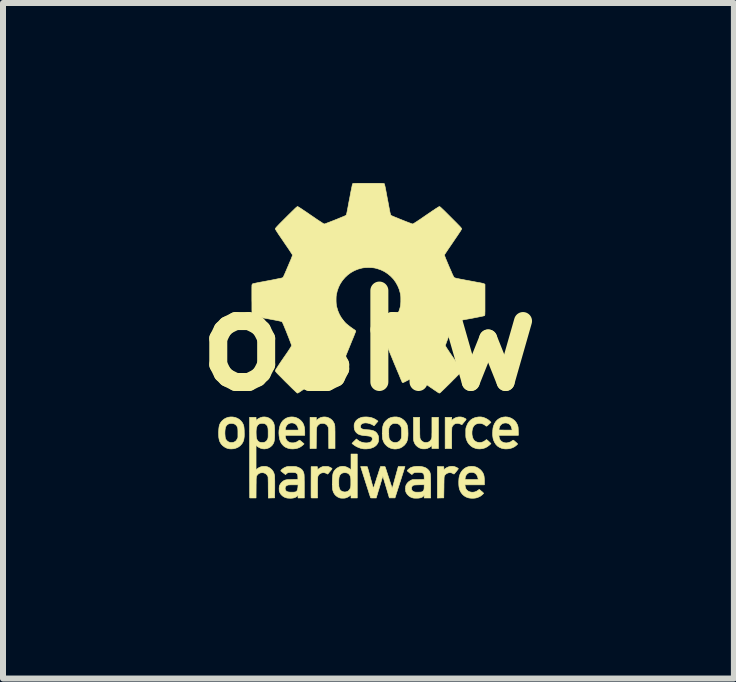
<source format=kicad_pcb>
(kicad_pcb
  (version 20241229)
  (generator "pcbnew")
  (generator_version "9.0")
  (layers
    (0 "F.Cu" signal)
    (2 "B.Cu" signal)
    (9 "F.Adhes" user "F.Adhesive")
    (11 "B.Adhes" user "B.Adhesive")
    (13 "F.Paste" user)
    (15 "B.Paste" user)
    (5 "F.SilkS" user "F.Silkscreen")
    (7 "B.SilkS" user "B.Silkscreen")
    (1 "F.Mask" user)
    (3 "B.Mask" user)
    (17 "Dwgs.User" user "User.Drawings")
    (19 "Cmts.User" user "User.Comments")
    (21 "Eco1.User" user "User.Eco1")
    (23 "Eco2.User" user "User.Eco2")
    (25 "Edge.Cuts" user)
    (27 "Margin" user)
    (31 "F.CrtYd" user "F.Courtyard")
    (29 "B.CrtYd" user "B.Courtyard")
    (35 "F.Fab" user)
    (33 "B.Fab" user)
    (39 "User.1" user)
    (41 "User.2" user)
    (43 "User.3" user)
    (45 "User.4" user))
  (footprint "oshw"
    (layer "F.Cu")
    (at 3.092 2.628)
    (property "Reference" "oshw" (at 0 0 0) (layer "F.SilkS") (effects (font (size 1.524 1.524) (thickness 0.3))))
    (attr through_hole)
    (fp_poly (pts (xy 1.55 1.274) (xy 1.57 1.279) (xy 1.592 1.288) (xy 1.611 1.297) (xy 1.625 1.306) (xy 1.625 1.306) (xy 1.627 1.309) (xy 1.627 1.313) (xy 1.625 1.319) (xy 1.619 1.327) (xy 1.608 1.34) (xy 1.594 1.357) (xy 1.557 1.402) (xy 1.533 1.39) (xy 1.507 1.381) (xy 1.48 1.378) (xy 1.454 1.382) (xy 1.443 1.386) (xy 1.425 1.397) (xy 1.409 1.414) (xy 1.396 1.433) (xy 1.391 1.444) (xy 1.39 1.453) (xy 1.389 1.468) (xy 1.388 1.491) (xy 1.387 1.521) (xy 1.387 1.558) (xy 1.387 1.604) (xy 1.387 1.63) (xy 1.387 1.799) (xy 1.278 1.799) (xy 1.278 1.278) (xy 1.387 1.278) (xy 1.387 1.331) (xy 1.404 1.315) (xy 1.431 1.295) (xy 1.463 1.281) (xy 1.497 1.273) (xy 1.531 1.272) (xy 1.55 1.274)) (stroke (width 0.01) (type solid)) (fill yes) (layer "F.SilkS"))
    (fp_poly (pts (xy 1.438 2.101) (xy 1.469 2.114) (xy 1.474 2.116) (xy 1.486 2.124) (xy 1.495 2.131) (xy 1.498 2.134) (xy 1.496 2.139) (xy 1.489 2.148) (xy 1.48 2.16) (xy 1.469 2.174) (xy 1.457 2.189) (xy 1.445 2.203) (xy 1.435 2.214) (xy 1.428 2.222) (xy 1.425 2.224) (xy 1.421 2.222) (xy 1.412 2.217) (xy 1.406 2.214) (xy 1.381 2.203) (xy 1.356 2.2) (xy 1.335 2.203) (xy 1.309 2.212) (xy 1.287 2.227) (xy 1.271 2.246) (xy 1.269 2.25) (xy 1.267 2.254) (xy 1.265 2.259) (xy 1.263 2.264) (xy 1.262 2.271) (xy 1.261 2.281) (xy 1.26 2.294) (xy 1.26 2.312) (xy 1.259 2.334) (xy 1.259 2.362) (xy 1.258 2.397) (xy 1.258 2.439) (xy 1.258 2.444) (xy 1.255 2.621) (xy 1.202 2.622) (xy 1.149 2.624) (xy 1.149 2.098) (xy 1.202 2.1) (xy 1.255 2.101) (xy 1.258 2.153) (xy 1.279 2.134) (xy 1.306 2.116) (xy 1.337 2.103) (xy 1.37 2.096) (xy 1.405 2.095) (xy 1.438 2.101)) (stroke (width 0.01) (type solid)) (fill yes) (layer "F.SilkS"))
    (fp_poly (pts (xy -0.691 1.277) (xy -0.659 1.289) (xy -0.63 1.306) (xy -0.604 1.328) (xy -0.584 1.356) (xy -0.568 1.388) (xy -0.564 1.401) (xy -0.563 1.408) (xy -0.562 1.417) (xy -0.56 1.429) (xy -0.56 1.444) (xy -0.559 1.464) (xy -0.559 1.488) (xy -0.558 1.518) (xy -0.558 1.555) (xy -0.558 1.599) (xy -0.558 1.612) (xy -0.558 1.799) (xy -0.662 1.799) (xy -0.663 1.627) (xy -0.663 1.585) (xy -0.664 1.55) (xy -0.664 1.521) (xy -0.664 1.499) (xy -0.665 1.481) (xy -0.666 1.468) (xy -0.667 1.458) (xy -0.668 1.451) (xy -0.67 1.445) (xy -0.672 1.44) (xy -0.673 1.437) (xy -0.689 1.412) (xy -0.709 1.394) (xy -0.734 1.382) (xy -0.762 1.378) (xy -0.788 1.38) (xy -0.808 1.385) (xy -0.825 1.396) (xy -0.837 1.407) (xy -0.844 1.414) (xy -0.85 1.421) (xy -0.855 1.428) (xy -0.859 1.437) (xy -0.862 1.447) (xy -0.864 1.46) (xy -0.866 1.476) (xy -0.867 1.497) (xy -0.868 1.524) (xy -0.868 1.556) (xy -0.869 1.595) (xy -0.869 1.629) (xy -0.871 1.799) (xy -0.974 1.799) (xy -0.974 1.278) (xy -0.87 1.278) (xy -0.87 1.334) (xy -0.851 1.316) (xy -0.822 1.294) (xy -0.791 1.28) (xy -0.757 1.273) (xy -0.724 1.272) (xy -0.691 1.277)) (stroke (width 0.01) (type solid)) (fill yes) (layer "F.SilkS"))
    (fp_poly (pts (xy 0.854 1.45) (xy 0.855 1.493) (xy 0.855 1.527) (xy 0.855 1.556) (xy 0.856 1.578) (xy 0.857 1.596) (xy 0.857 1.609) (xy 0.858 1.619) (xy 0.86 1.626) (xy 0.861 1.632) (xy 0.863 1.637) (xy 0.865 1.641) (xy 0.88 1.665) (xy 0.901 1.683) (xy 0.927 1.695) (xy 0.955 1.699) (xy 0.957 1.699) (xy 0.986 1.695) (xy 1.011 1.685) (xy 1.032 1.667) (xy 1.047 1.644) (xy 1.048 1.643) (xy 1.05 1.638) (xy 1.052 1.633) (xy 1.054 1.627) (xy 1.055 1.619) (xy 1.056 1.61) (xy 1.057 1.597) (xy 1.057 1.58) (xy 1.057 1.558) (xy 1.058 1.531) (xy 1.058 1.497) (xy 1.058 1.456) (xy 1.058 1.45) (xy 1.058 1.278) (xy 1.166 1.278) (xy 1.166 1.799) (xy 1.058 1.799) (xy 1.058 1.747) (xy 1.046 1.758) (xy 1.016 1.78) (xy 0.982 1.796) (xy 0.946 1.804) (xy 0.909 1.804) (xy 0.888 1.801) (xy 0.852 1.789) (xy 0.82 1.77) (xy 0.793 1.746) (xy 0.772 1.716) (xy 0.758 1.683) (xy 0.756 1.676) (xy 0.754 1.669) (xy 0.753 1.661) (xy 0.752 1.651) (xy 0.751 1.638) (xy 0.75 1.621) (xy 0.75 1.6) (xy 0.75 1.574) (xy 0.75 1.541) (xy 0.75 1.502) (xy 0.75 1.467) (xy 0.75 1.278) (xy 0.853 1.278) (xy 0.854 1.45)) (stroke (width 0.01) (type solid)) (fill yes) (layer "F.SilkS"))
    (fp_poly (pts (xy -0.696 2.097) (xy -0.681 2.098) (xy -0.67 2.1) (xy -0.659 2.103) (xy -0.646 2.109) (xy -0.645 2.11) (xy -0.631 2.117) (xy -0.618 2.124) (xy -0.611 2.128) (xy -0.611 2.128) (xy -0.609 2.13) (xy -0.608 2.133) (xy -0.608 2.136) (xy -0.611 2.142) (xy -0.617 2.15) (xy -0.626 2.162) (xy -0.64 2.178) (xy -0.658 2.199) (xy -0.669 2.213) (xy -0.679 2.225) (xy -0.701 2.213) (xy -0.727 2.203) (xy -0.754 2.2) (xy -0.781 2.205) (xy -0.805 2.216) (xy -0.819 2.227) (xy -0.826 2.234) (xy -0.832 2.241) (xy -0.837 2.248) (xy -0.841 2.257) (xy -0.844 2.268) (xy -0.846 2.282) (xy -0.847 2.3) (xy -0.848 2.322) (xy -0.849 2.35) (xy -0.849 2.384) (xy -0.849 2.425) (xy -0.849 2.453) (xy -0.849 2.623) (xy -0.902 2.623) (xy -0.925 2.623) (xy -0.942 2.622) (xy -0.952 2.621) (xy -0.956 2.618) (xy -0.956 2.618) (xy -0.956 2.613) (xy -0.956 2.601) (xy -0.957 2.581) (xy -0.957 2.555) (xy -0.957 2.524) (xy -0.957 2.489) (xy -0.957 2.449) (xy -0.957 2.406) (xy -0.957 2.361) (xy -0.957 2.357) (xy -0.956 2.101) (xy -0.852 2.101) (xy -0.85 2.127) (xy -0.849 2.153) (xy -0.832 2.138) (xy -0.819 2.128) (xy -0.802 2.118) (xy -0.787 2.11) (xy -0.774 2.104) (xy -0.763 2.1) (xy -0.752 2.098) (xy -0.737 2.097) (xy -0.717 2.097) (xy -0.716 2.097) (xy -0.696 2.097)) (stroke (width 0.01) (type solid)) (fill yes) (layer "F.SilkS"))
    (fp_poly (pts (xy 1.877 1.272) (xy 1.916 1.28) (xy 1.954 1.295) (xy 1.99 1.315) (xy 2.017 1.337) (xy 2.042 1.362) (xy 2.013 1.389) (xy 1.996 1.405) (xy 1.983 1.416) (xy 1.974 1.423) (xy 1.967 1.425) (xy 1.961 1.424) (xy 1.954 1.419) (xy 1.946 1.412) (xy 1.921 1.395) (xy 1.892 1.384) (xy 1.862 1.378) (xy 1.831 1.38) (xy 1.803 1.387) (xy 1.777 1.401) (xy 1.77 1.406) (xy 1.753 1.426) (xy 1.739 1.452) (xy 1.73 1.483) (xy 1.725 1.518) (xy 1.725 1.555) (xy 1.727 1.576) (xy 1.735 1.612) (xy 1.747 1.641) (xy 1.764 1.665) (xy 1.787 1.682) (xy 1.814 1.693) (xy 1.848 1.699) (xy 1.881 1.696) (xy 1.913 1.686) (xy 1.942 1.668) (xy 1.948 1.663) (xy 1.958 1.655) (xy 1.965 1.65) (xy 1.968 1.649) (xy 1.972 1.652) (xy 1.981 1.659) (xy 1.994 1.67) (xy 2.007 1.682) (xy 2.042 1.716) (xy 2.017 1.74) (xy 1.981 1.768) (xy 1.942 1.788) (xy 1.901 1.8) (xy 1.857 1.805) (xy 1.819 1.803) (xy 1.777 1.793) (xy 1.738 1.777) (xy 1.704 1.753) (xy 1.675 1.724) (xy 1.655 1.696) (xy 1.649 1.684) (xy 1.641 1.667) (xy 1.634 1.649) (xy 1.634 1.646) (xy 1.629 1.634) (xy 1.626 1.623) (xy 1.624 1.613) (xy 1.623 1.6) (xy 1.622 1.584) (xy 1.622 1.563) (xy 1.622 1.539) (xy 1.622 1.512) (xy 1.622 1.491) (xy 1.623 1.476) (xy 1.624 1.464) (xy 1.626 1.453) (xy 1.63 1.442) (xy 1.634 1.43) (xy 1.635 1.428) (xy 1.653 1.386) (xy 1.677 1.35) (xy 1.706 1.321) (xy 1.739 1.299) (xy 1.778 1.283) (xy 1.823 1.274) (xy 1.838 1.272) (xy 1.877 1.272)) (stroke (width 0.01) (type solid)) (fill yes) (layer "F.SilkS"))
    (fp_poly (pts (xy -1.253 1.273) (xy -1.215 1.28) (xy -1.179 1.295) (xy -1.146 1.316) (xy -1.126 1.334) (xy -1.104 1.359) (xy -1.087 1.387) (xy -1.075 1.418) (xy -1.067 1.453) (xy -1.063 1.493) (xy -1.062 1.525) (xy -1.062 1.578) (xy -1.387 1.578) (xy -1.387 1.592) (xy -1.383 1.615) (xy -1.375 1.639) (xy -1.363 1.66) (xy -1.357 1.667) (xy -1.335 1.686) (xy -1.309 1.698) (xy -1.281 1.704) (xy -1.25 1.704) (xy -1.219 1.698) (xy -1.189 1.685) (xy -1.168 1.671) (xy -1.157 1.663) (xy -1.15 1.66) (xy -1.145 1.66) (xy -1.142 1.662) (xy -1.135 1.668) (xy -1.125 1.677) (xy -1.111 1.688) (xy -1.106 1.693) (xy -1.092 1.704) (xy -1.082 1.713) (xy -1.076 1.718) (xy -1.074 1.719) (xy -1.075 1.723) (xy -1.082 1.73) (xy -1.092 1.739) (xy -1.105 1.75) (xy -1.119 1.761) (xy -1.133 1.77) (xy -1.144 1.777) (xy -1.179 1.792) (xy -1.218 1.801) (xy -1.259 1.805) (xy -1.3 1.803) (xy -1.301 1.803) (xy -1.344 1.793) (xy -1.382 1.777) (xy -1.414 1.755) (xy -1.441 1.726) (xy -1.463 1.691) (xy -1.478 1.651) (xy -1.482 1.636) (xy -1.49 1.588) (xy -1.493 1.54) (xy -1.491 1.492) (xy -1.49 1.491) (xy -1.388 1.491) (xy -1.17 1.491) (xy -1.17 1.479) (xy -1.173 1.459) (xy -1.18 1.438) (xy -1.191 1.418) (xy -1.198 1.407) (xy -1.22 1.388) (xy -1.245 1.376) (xy -1.273 1.371) (xy -1.303 1.374) (xy -1.309 1.376) (xy -1.336 1.388) (xy -1.357 1.406) (xy -1.373 1.43) (xy -1.383 1.458) (xy -1.385 1.469) (xy -1.388 1.491) (xy -1.49 1.491) (xy -1.483 1.447) (xy -1.471 1.406) (xy -1.454 1.371) (xy -1.45 1.363) (xy -1.425 1.332) (xy -1.396 1.308) (xy -1.363 1.289) (xy -1.327 1.277) (xy -1.29 1.272) (xy -1.253 1.273)) (stroke (width 0.01) (type solid)) (fill yes) (layer "F.SilkS"))
    (fp_poly (pts (xy -0.187 2.623) (xy -0.291 2.623) (xy -0.291 2.568) (xy -0.309 2.584) (xy -0.322 2.594) (xy -0.339 2.604) (xy -0.353 2.612) (xy -0.368 2.618) (xy -0.381 2.622) (xy -0.396 2.625) (xy -0.416 2.626) (xy -0.42 2.626) (xy -0.447 2.626) (xy -0.467 2.624) (xy -0.477 2.622) (xy -0.513 2.606) (xy -0.543 2.584) (xy -0.567 2.557) (xy -0.585 2.525) (xy -0.596 2.49) (xy -0.599 2.465) (xy -0.601 2.436) (xy -0.603 2.402) (xy -0.603 2.367) (xy -0.495 2.367) (xy -0.495 2.394) (xy -0.494 2.417) (xy -0.492 2.436) (xy -0.491 2.441) (xy -0.483 2.467) (xy -0.473 2.487) (xy -0.459 2.502) (xy -0.44 2.512) (xy -0.432 2.516) (xy -0.407 2.522) (xy -0.384 2.522) (xy -0.359 2.517) (xy -0.337 2.506) (xy -0.318 2.488) (xy -0.305 2.464) (xy -0.301 2.456) (xy -0.298 2.446) (xy -0.296 2.435) (xy -0.295 2.422) (xy -0.294 2.404) (xy -0.294 2.38) (xy -0.294 2.361) (xy -0.294 2.327) (xy -0.295 2.3) (xy -0.298 2.279) (xy -0.302 2.262) (xy -0.309 2.248) (xy -0.317 2.235) (xy -0.324 2.227) (xy -0.339 2.214) (xy -0.356 2.206) (xy -0.379 2.202) (xy -0.396 2.201) (xy -0.425 2.204) (xy -0.449 2.214) (xy -0.468 2.23) (xy -0.482 2.253) (xy -0.49 2.277) (xy -0.492 2.292) (xy -0.494 2.314) (xy -0.495 2.34) (xy -0.495 2.367) (xy -0.603 2.367) (xy -0.603 2.367) (xy -0.602 2.331) (xy -0.601 2.297) (xy -0.598 2.264) (xy -0.595 2.236) (xy -0.591 2.214) (xy -0.587 2.202) (xy -0.572 2.172) (xy -0.549 2.145) (xy -0.522 2.123) (xy -0.49 2.106) (xy -0.478 2.102) (xy -0.441 2.095) (xy -0.404 2.096) (xy -0.368 2.106) (xy -0.333 2.123) (xy -0.313 2.136) (xy -0.291 2.153) (xy -0.291 1.89) (xy -0.187 1.89) (xy -0.187 2.623)) (stroke (width 0.01) (type solid)) (fill yes) (layer "F.SilkS"))
    (fp_poly (pts (xy -2.26 1.273) (xy -2.223 1.28) (xy -2.188 1.293) (xy -2.155 1.312) (xy -2.127 1.337) (xy -2.103 1.367) (xy -2.097 1.378) (xy -2.089 1.394) (xy -2.083 1.41) (xy -2.078 1.427) (xy -2.075 1.446) (xy -2.073 1.47) (xy -2.071 1.5) (xy -2.071 1.518) (xy -2.07 1.562) (xy -2.071 1.599) (xy -2.075 1.631) (xy -2.08 1.658) (xy -2.089 1.682) (xy -2.1 1.704) (xy -2.114 1.725) (xy -2.115 1.725) (xy -2.141 1.753) (xy -2.173 1.776) (xy -2.209 1.792) (xy -2.247 1.802) (xy -2.288 1.805) (xy -2.32 1.803) (xy -2.36 1.793) (xy -2.396 1.775) (xy -2.429 1.751) (xy -2.455 1.723) (xy -2.469 1.7) (xy -2.481 1.676) (xy -2.489 1.648) (xy -2.495 1.616) (xy -2.497 1.579) (xy -2.498 1.552) (xy -2.393 1.552) (xy -2.391 1.58) (xy -2.389 1.606) (xy -2.385 1.627) (xy -2.38 1.641) (xy -2.363 1.665) (xy -2.34 1.684) (xy -2.315 1.695) (xy -2.299 1.698) (xy -2.28 1.698) (xy -2.26 1.697) (xy -2.248 1.694) (xy -2.225 1.683) (xy -2.206 1.668) (xy -2.192 1.646) (xy -2.189 1.641) (xy -2.176 1.614) (xy -2.176 1.541) (xy -2.176 1.51) (xy -2.177 1.486) (xy -2.178 1.467) (xy -2.181 1.453) (xy -2.186 1.44) (xy -2.192 1.428) (xy -2.199 1.417) (xy -2.216 1.4) (xy -2.237 1.388) (xy -2.262 1.381) (xy -2.288 1.379) (xy -2.314 1.382) (xy -2.337 1.391) (xy -2.356 1.404) (xy -2.369 1.419) (xy -2.378 1.434) (xy -2.385 1.453) (xy -2.389 1.478) (xy -2.391 1.495) (xy -2.393 1.523) (xy -2.393 1.552) (xy -2.498 1.552) (xy -2.498 1.535) (xy -2.497 1.514) (xy -2.495 1.473) (xy -2.491 1.44) (xy -2.485 1.412) (xy -2.476 1.388) (xy -2.464 1.367) (xy -2.449 1.346) (xy -2.435 1.332) (xy -2.405 1.307) (xy -2.371 1.289) (xy -2.335 1.277) (xy -2.298 1.272) (xy -2.26 1.273)) (stroke (width 0.01) (type solid)) (fill yes) (layer "F.SilkS"))
    (fp_poly (pts (xy 1.751 2.097) (xy 1.791 2.106) (xy 1.828 2.124) (xy 1.862 2.149) (xy 1.87 2.157) (xy 1.89 2.179) (xy 1.906 2.203) (xy 1.918 2.228) (xy 1.926 2.256) (xy 1.93 2.29) (xy 1.932 2.329) (xy 1.932 2.341) (xy 1.932 2.403) (xy 1.607 2.403) (xy 1.609 2.412) (xy 1.611 2.422) (xy 1.613 2.436) (xy 1.614 2.438) (xy 1.622 2.465) (xy 1.637 2.488) (xy 1.658 2.506) (xy 1.684 2.519) (xy 1.714 2.526) (xy 1.742 2.527) (xy 1.773 2.522) (xy 1.801 2.511) (xy 1.828 2.494) (xy 1.828 2.493) (xy 1.847 2.479) (xy 1.883 2.51) (xy 1.898 2.522) (xy 1.909 2.533) (xy 1.917 2.541) (xy 1.92 2.544) (xy 1.917 2.548) (xy 1.909 2.556) (xy 1.898 2.567) (xy 1.896 2.569) (xy 1.863 2.594) (xy 1.825 2.612) (xy 1.797 2.621) (xy 1.775 2.625) (xy 1.748 2.627) (xy 1.719 2.627) (xy 1.692 2.625) (xy 1.669 2.621) (xy 1.668 2.621) (xy 1.629 2.607) (xy 1.595 2.587) (xy 1.565 2.56) (xy 1.541 2.528) (xy 1.522 2.489) (xy 1.513 2.459) (xy 1.509 2.437) (xy 1.506 2.409) (xy 1.505 2.377) (xy 1.505 2.345) (xy 1.507 2.314) (xy 1.507 2.307) (xy 1.61 2.307) (xy 1.611 2.313) (xy 1.611 2.313) (xy 1.615 2.314) (xy 1.627 2.314) (xy 1.645 2.315) (xy 1.668 2.315) (xy 1.694 2.315) (xy 1.721 2.315) (xy 1.829 2.315) (xy 1.826 2.295) (xy 1.818 2.266) (xy 1.805 2.24) (xy 1.787 2.219) (xy 1.765 2.204) (xy 1.751 2.199) (xy 1.728 2.195) (xy 1.703 2.196) (xy 1.679 2.201) (xy 1.667 2.206) (xy 1.646 2.221) (xy 1.629 2.241) (xy 1.621 2.257) (xy 1.617 2.268) (xy 1.613 2.282) (xy 1.611 2.296) (xy 1.61 2.307) (xy 1.507 2.307) (xy 1.51 2.286) (xy 1.513 2.268) (xy 1.526 2.226) (xy 1.545 2.189) (xy 1.57 2.157) (xy 1.599 2.132) (xy 1.632 2.112) (xy 1.666 2.101) (xy 1.709 2.095) (xy 1.751 2.097)) (stroke (width 0.01) (type solid)) (fill yes) (layer "F.SilkS"))
    (fp_poly (pts (xy 2.32 1.274) (xy 2.357 1.284) (xy 2.392 1.3) (xy 2.424 1.323) (xy 2.44 1.337) (xy 2.462 1.365) (xy 2.48 1.398) (xy 2.487 1.415) (xy 2.49 1.426) (xy 2.493 1.438) (xy 2.495 1.453) (xy 2.496 1.473) (xy 2.497 1.499) (xy 2.497 1.508) (xy 2.499 1.578) (xy 2.173 1.578) (xy 2.176 1.6) (xy 2.183 1.632) (xy 2.197 1.659) (xy 2.217 1.68) (xy 2.242 1.694) (xy 2.272 1.703) (xy 2.304 1.705) (xy 2.337 1.699) (xy 2.369 1.687) (xy 2.397 1.668) (xy 2.398 1.668) (xy 2.409 1.66) (xy 2.416 1.66) (xy 2.416 1.66) (xy 2.425 1.666) (xy 2.436 1.675) (xy 2.449 1.687) (xy 2.462 1.698) (xy 2.474 1.709) (xy 2.482 1.717) (xy 2.486 1.722) (xy 2.486 1.722) (xy 2.483 1.728) (xy 2.474 1.736) (xy 2.462 1.747) (xy 2.448 1.758) (xy 2.433 1.769) (xy 2.429 1.771) (xy 2.399 1.786) (xy 2.364 1.797) (xy 2.326 1.803) (xy 2.288 1.805) (xy 2.262 1.803) (xy 2.219 1.794) (xy 2.182 1.778) (xy 2.149 1.756) (xy 2.123 1.728) (xy 2.101 1.693) (xy 2.099 1.69) (xy 2.087 1.662) (xy 2.078 1.634) (xy 2.073 1.604) (xy 2.07 1.571) (xy 2.07 1.532) (xy 2.071 1.524) (xy 2.072 1.491) (xy 2.073 1.487) (xy 2.174 1.487) (xy 2.178 1.488) (xy 2.189 1.489) (xy 2.208 1.49) (xy 2.233 1.49) (xy 2.264 1.491) (xy 2.284 1.491) (xy 2.394 1.491) (xy 2.392 1.477) (xy 2.383 1.443) (xy 2.371 1.416) (xy 2.354 1.396) (xy 2.332 1.382) (xy 2.306 1.374) (xy 2.277 1.372) (xy 2.249 1.377) (xy 2.225 1.388) (xy 2.204 1.406) (xy 2.193 1.421) (xy 2.187 1.434) (xy 2.181 1.452) (xy 2.176 1.47) (xy 2.174 1.484) (xy 2.174 1.487) (xy 2.073 1.487) (xy 2.075 1.463) (xy 2.08 1.439) (xy 2.087 1.417) (xy 2.096 1.394) (xy 2.101 1.383) (xy 2.122 1.35) (xy 2.148 1.322) (xy 2.178 1.3) (xy 2.211 1.284) (xy 2.246 1.275) (xy 2.283 1.271) (xy 2.32 1.274)) (stroke (width 0.01) (type solid)) (fill yes) (layer "F.SilkS"))
    (fp_poly (pts (xy 0.471 1.272) (xy 0.511 1.28) (xy 0.549 1.296) (xy 0.582 1.32) (xy 0.596 1.332) (xy 0.614 1.353) (xy 0.629 1.374) (xy 0.641 1.397) (xy 0.649 1.422) (xy 0.654 1.453) (xy 0.657 1.488) (xy 0.658 1.53) (xy 0.659 1.539) (xy 0.658 1.582) (xy 0.655 1.619) (xy 0.65 1.65) (xy 0.642 1.676) (xy 0.632 1.699) (xy 0.617 1.72) (xy 0.6 1.741) (xy 0.598 1.743) (xy 0.566 1.769) (xy 0.531 1.789) (xy 0.492 1.8) (xy 0.487 1.801) (xy 0.466 1.805) (xy 0.449 1.806) (xy 0.432 1.806) (xy 0.413 1.803) (xy 0.408 1.803) (xy 0.37 1.793) (xy 0.334 1.776) (xy 0.303 1.753) (xy 0.276 1.725) (xy 0.255 1.692) (xy 0.241 1.656) (xy 0.237 1.643) (xy 0.234 1.621) (xy 0.232 1.593) (xy 0.23 1.562) (xy 0.23 1.53) (xy 0.23 1.52) (xy 0.338 1.52) (xy 0.338 1.546) (xy 0.339 1.572) (xy 0.34 1.596) (xy 0.342 1.616) (xy 0.345 1.631) (xy 0.347 1.637) (xy 0.362 1.661) (xy 0.383 1.68) (xy 0.407 1.693) (xy 0.435 1.699) (xy 0.464 1.698) (xy 0.483 1.693) (xy 0.507 1.681) (xy 0.526 1.664) (xy 0.54 1.642) (xy 0.544 1.633) (xy 0.547 1.625) (xy 0.549 1.617) (xy 0.551 1.607) (xy 0.551 1.594) (xy 0.552 1.576) (xy 0.552 1.551) (xy 0.552 1.541) (xy 0.552 1.51) (xy 0.551 1.486) (xy 0.549 1.467) (xy 0.547 1.452) (xy 0.543 1.44) (xy 0.538 1.429) (xy 0.53 1.418) (xy 0.529 1.416) (xy 0.512 1.399) (xy 0.492 1.387) (xy 0.465 1.381) (xy 0.45 1.379) (xy 0.432 1.379) (xy 0.42 1.38) (xy 0.409 1.383) (xy 0.396 1.389) (xy 0.396 1.389) (xy 0.371 1.406) (xy 0.354 1.428) (xy 0.343 1.455) (xy 0.341 1.46) (xy 0.339 1.475) (xy 0.338 1.496) (xy 0.338 1.52) (xy 0.23 1.52) (xy 0.231 1.5) (xy 0.232 1.474) (xy 0.233 1.471) (xy 0.238 1.435) (xy 0.246 1.405) (xy 0.257 1.379) (xy 0.272 1.356) (xy 0.292 1.334) (xy 0.301 1.326) (xy 0.33 1.302) (xy 0.362 1.286) (xy 0.398 1.276) (xy 0.428 1.272) (xy 0.471 1.272)) (stroke (width 0.01) (type solid)) (fill yes) (layer "F.SilkS"))
    (fp_poly (pts (xy -0.007 1.274) (xy 0.022 1.278) (xy 0.043 1.282) (xy 0.07 1.291) (xy 0.098 1.303) (xy 0.123 1.317) (xy 0.144 1.331) (xy 0.145 1.332) (xy 0.159 1.343) (xy 0.126 1.381) (xy 0.094 1.419) (xy 0.081 1.411) (xy 0.05 1.394) (xy 0.015 1.381) (xy -0.021 1.373) (xy -0.054 1.371) (xy -0.062 1.372) (xy -0.09 1.377) (xy -0.111 1.387) (xy -0.125 1.401) (xy -0.132 1.419) (xy -0.133 1.432) (xy -0.131 1.447) (xy -0.125 1.459) (xy -0.113 1.468) (xy -0.096 1.475) (xy -0.071 1.48) (xy -0.04 1.484) (xy -0.025 1.485) (xy 0.018 1.488) (xy 0.054 1.494) (xy 0.084 1.503) (xy 0.108 1.514) (xy 0.128 1.53) (xy 0.144 1.549) (xy 0.157 1.573) (xy 0.158 1.574) (xy 0.163 1.586) (xy 0.166 1.597) (xy 0.168 1.611) (xy 0.169 1.629) (xy 0.169 1.639) (xy 0.168 1.658) (xy 0.167 1.673) (xy 0.165 1.684) (xy 0.161 1.695) (xy 0.155 1.708) (xy 0.139 1.734) (xy 0.119 1.754) (xy 0.093 1.772) (xy 0.081 1.778) (xy 0.045 1.792) (xy 0.005 1.801) (xy -0.038 1.805) (xy -0.079 1.804) (xy -0.087 1.803) (xy -0.131 1.794) (xy -0.174 1.778) (xy -0.195 1.768) (xy -0.208 1.761) (xy -0.223 1.752) (xy -0.238 1.741) (xy -0.252 1.731) (xy -0.264 1.722) (xy -0.272 1.715) (xy -0.274 1.711) (xy -0.27 1.708) (xy -0.262 1.7) (xy -0.251 1.688) (xy -0.237 1.675) (xy -0.236 1.674) (xy -0.2 1.639) (xy -0.186 1.652) (xy -0.154 1.675) (xy -0.119 1.691) (xy -0.079 1.701) (xy -0.067 1.703) (xy -0.037 1.705) (xy -0.008 1.703) (xy 0.018 1.696) (xy 0.034 1.69) (xy 0.049 1.678) (xy 0.059 1.662) (xy 0.065 1.644) (xy 0.064 1.631) (xy 0.061 1.619) (xy 0.055 1.61) (xy 0.046 1.603) (xy 0.033 1.597) (xy 0.015 1.592) (xy -0.009 1.589) (xy -0.041 1.585) (xy -0.047 1.585) (xy -0.085 1.581) (xy -0.115 1.576) (xy -0.141 1.57) (xy -0.161 1.562) (xy -0.179 1.552) (xy -0.194 1.54) (xy -0.208 1.526) (xy -0.223 1.504) (xy -0.233 1.48) (xy -0.238 1.451) (xy -0.239 1.428) (xy -0.239 1.408) (xy -0.237 1.393) (xy -0.233 1.38) (xy -0.227 1.367) (xy -0.21 1.338) (xy -0.186 1.314) (xy -0.156 1.295) (xy -0.119 1.28) (xy -0.119 1.28) (xy -0.096 1.275) (xy -0.069 1.273) (xy -0.038 1.272) (xy -0.007 1.274)) (stroke (width 0.01) (type solid)) (fill yes) (layer "F.SilkS"))
    (fp_poly (pts (xy 0.845 2.095) (xy 0.883 2.099) (xy 0.919 2.107) (xy 0.947 2.117) (xy 0.969 2.129) (xy 0.989 2.146) (xy 1.006 2.164) (xy 1.017 2.179) (xy 1.021 2.188) (xy 1.025 2.198) (xy 1.028 2.209) (xy 1.031 2.222) (xy 1.033 2.237) (xy 1.034 2.256) (xy 1.035 2.28) (xy 1.036 2.308) (xy 1.036 2.342) (xy 1.037 2.383) (xy 1.037 2.431) (xy 1.037 2.437) (xy 1.037 2.623) (xy 0.929 2.623) (xy 0.929 2.577) (xy 0.916 2.591) (xy 0.902 2.605) (xy 0.884 2.614) (xy 0.862 2.621) (xy 0.835 2.625) (xy 0.81 2.626) (xy 0.78 2.626) (xy 0.757 2.625) (xy 0.74 2.622) (xy 0.738 2.621) (xy 0.703 2.608) (xy 0.673 2.588) (xy 0.648 2.564) (xy 0.63 2.536) (xy 0.625 2.525) (xy 0.621 2.514) (xy 0.619 2.503) (xy 0.618 2.487) (xy 0.618 2.469) (xy 0.618 2.461) (xy 0.716 2.461) (xy 0.719 2.48) (xy 0.728 2.498) (xy 0.74 2.51) (xy 0.752 2.517) (xy 0.766 2.522) (xy 0.782 2.525) (xy 0.804 2.526) (xy 0.831 2.526) (xy 0.855 2.525) (xy 0.872 2.524) (xy 0.885 2.522) (xy 0.895 2.518) (xy 0.897 2.517) (xy 0.91 2.508) (xy 0.92 2.495) (xy 0.926 2.476) (xy 0.928 2.452) (xy 0.928 2.439) (xy 0.929 2.402) (xy 0.844 2.403) (xy 0.815 2.404) (xy 0.792 2.405) (xy 0.775 2.406) (xy 0.763 2.407) (xy 0.755 2.409) (xy 0.748 2.411) (xy 0.746 2.412) (xy 0.73 2.425) (xy 0.72 2.442) (xy 0.716 2.461) (xy 0.618 2.461) (xy 0.619 2.448) (xy 0.62 2.433) (xy 0.622 2.422) (xy 0.626 2.411) (xy 0.629 2.403) (xy 0.647 2.375) (xy 0.671 2.351) (xy 0.7 2.332) (xy 0.704 2.33) (xy 0.731 2.317) (xy 0.83 2.316) (xy 0.929 2.314) (xy 0.929 2.276) (xy 0.927 2.251) (xy 0.924 2.232) (xy 0.916 2.217) (xy 0.904 2.207) (xy 0.887 2.201) (xy 0.863 2.198) (xy 0.832 2.196) (xy 0.827 2.196) (xy 0.804 2.197) (xy 0.787 2.197) (xy 0.775 2.199) (xy 0.766 2.201) (xy 0.758 2.204) (xy 0.755 2.206) (xy 0.743 2.213) (xy 0.735 2.221) (xy 0.733 2.224) (xy 0.727 2.23) (xy 0.723 2.23) (xy 0.716 2.227) (xy 0.705 2.219) (xy 0.692 2.209) (xy 0.678 2.198) (xy 0.665 2.187) (xy 0.654 2.178) (xy 0.647 2.171) (xy 0.645 2.168) (xy 0.649 2.162) (xy 0.657 2.153) (xy 0.669 2.142) (xy 0.683 2.131) (xy 0.696 2.122) (xy 0.704 2.117) (xy 0.733 2.106) (xy 0.768 2.099) (xy 0.806 2.095) (xy 0.845 2.095)) (stroke (width 0.01) (type solid)) (fill yes) (layer "F.SilkS"))
    (fp_poly (pts (xy -1.254 2.097) (xy -1.233 2.098) (xy -1.216 2.099) (xy -1.202 2.102) (xy -1.193 2.104) (xy -1.157 2.118) (xy -1.128 2.135) (xy -1.105 2.156) (xy -1.088 2.182) (xy -1.077 2.213) (xy -1.075 2.223) (xy -1.073 2.234) (xy -1.072 2.253) (xy -1.071 2.28) (xy -1.071 2.315) (xy -1.07 2.358) (xy -1.07 2.408) (xy -1.07 2.434) (xy -1.07 2.623) (xy -1.174 2.623) (xy -1.174 2.576) (xy -1.192 2.594) (xy -1.211 2.608) (xy -1.232 2.618) (xy -1.259 2.624) (xy -1.291 2.627) (xy -1.305 2.627) (xy -1.325 2.626) (xy -1.345 2.625) (xy -1.361 2.623) (xy -1.367 2.621) (xy -1.403 2.608) (xy -1.434 2.588) (xy -1.459 2.563) (xy -1.475 2.537) (xy -1.481 2.523) (xy -1.485 2.511) (xy -1.488 2.499) (xy -1.488 2.484) (xy -1.489 2.471) (xy -1.389 2.471) (xy -1.386 2.483) (xy -1.378 2.499) (xy -1.366 2.511) (xy -1.349 2.519) (xy -1.327 2.524) (xy -1.298 2.526) (xy -1.274 2.526) (xy -1.251 2.526) (xy -1.234 2.524) (xy -1.222 2.523) (xy -1.213 2.52) (xy -1.207 2.517) (xy -1.195 2.508) (xy -1.187 2.494) (xy -1.181 2.476) (xy -1.177 2.452) (xy -1.176 2.441) (xy -1.173 2.403) (xy -1.251 2.403) (xy -1.283 2.403) (xy -1.309 2.404) (xy -1.33 2.405) (xy -1.343 2.407) (xy -1.346 2.408) (xy -1.366 2.417) (xy -1.381 2.432) (xy -1.388 2.451) (xy -1.389 2.471) (xy -1.489 2.471) (xy -1.489 2.469) (xy -1.488 2.449) (xy -1.487 2.434) (xy -1.484 2.422) (xy -1.479 2.409) (xy -1.476 2.403) (xy -1.46 2.377) (xy -1.437 2.353) (xy -1.411 2.334) (xy -1.396 2.327) (xy -1.388 2.324) (xy -1.379 2.322) (xy -1.369 2.32) (xy -1.357 2.318) (xy -1.341 2.317) (xy -1.32 2.316) (xy -1.292 2.316) (xy -1.274 2.315) (xy -1.176 2.313) (xy -1.177 2.274) (xy -1.178 2.251) (xy -1.181 2.234) (xy -1.187 2.222) (xy -1.196 2.213) (xy -1.21 2.205) (xy -1.219 2.201) (xy -1.228 2.199) (xy -1.241 2.197) (xy -1.259 2.197) (xy -1.276 2.196) (xy -1.302 2.197) (xy -1.321 2.198) (xy -1.335 2.2) (xy -1.346 2.203) (xy -1.355 2.209) (xy -1.365 2.217) (xy -1.366 2.218) (xy -1.383 2.233) (xy -1.422 2.203) (xy -1.437 2.191) (xy -1.45 2.181) (xy -1.458 2.174) (xy -1.462 2.171) (xy -1.462 2.171) (xy -1.46 2.166) (xy -1.455 2.159) (xy -1.444 2.147) (xy -1.428 2.134) (xy -1.408 2.121) (xy -1.387 2.111) (xy -1.375 2.106) (xy -1.363 2.102) (xy -1.351 2.1) (xy -1.339 2.098) (xy -1.323 2.097) (xy -1.302 2.097) (xy -1.282 2.097) (xy -1.254 2.097)) (stroke (width 0.01) (type solid)) (fill yes) (layer "F.SilkS"))
    (fp_poly (pts (xy -0.055 2.099) (xy -0.038 2.1) (xy -0.025 2.101) (xy -0.019 2.102) (xy -0.019 2.102) (xy -0.018 2.107) (xy -0.014 2.119) (xy -0.009 2.137) (xy -0.002 2.161) (xy 0.006 2.189) (xy 0.015 2.222) (xy 0.024 2.257) (xy 0.031 2.282) (xy 0.041 2.319) (xy 0.051 2.354) (xy 0.059 2.385) (xy 0.067 2.412) (xy 0.073 2.434) (xy 0.077 2.451) (xy 0.08 2.46) (xy 0.081 2.463) (xy 0.082 2.46) (xy 0.086 2.451) (xy 0.091 2.435) (xy 0.098 2.415) (xy 0.106 2.391) (xy 0.112 2.374) (xy 0.123 2.34) (xy 0.135 2.301) (xy 0.148 2.261) (xy 0.161 2.223) (xy 0.171 2.19) (xy 0.201 2.099) (xy 0.238 2.099) (xy 0.256 2.099) (xy 0.267 2.1) (xy 0.274 2.101) (xy 0.277 2.104) (xy 0.279 2.108) (xy 0.281 2.114) (xy 0.286 2.127) (xy 0.292 2.146) (xy 0.3 2.17) (xy 0.309 2.199) (xy 0.32 2.232) (xy 0.331 2.267) (xy 0.338 2.286) (xy 0.349 2.322) (xy 0.36 2.355) (xy 0.37 2.386) (xy 0.379 2.412) (xy 0.386 2.433) (xy 0.391 2.448) (xy 0.394 2.457) (xy 0.395 2.459) (xy 0.397 2.456) (xy 0.4 2.448) (xy 0.405 2.433) (xy 0.41 2.415) (xy 0.41 2.415) (xy 0.415 2.399) (xy 0.421 2.376) (xy 0.428 2.349) (xy 0.437 2.317) (xy 0.446 2.283) (xy 0.456 2.248) (xy 0.46 2.233) (xy 0.497 2.099) (xy 0.552 2.099) (xy 0.573 2.099) (xy 0.59 2.099) (xy 0.602 2.1) (xy 0.608 2.1) (xy 0.608 2.1) (xy 0.607 2.105) (xy 0.603 2.116) (xy 0.597 2.134) (xy 0.59 2.158) (xy 0.581 2.187) (xy 0.57 2.221) (xy 0.558 2.259) (xy 0.545 2.3) (xy 0.531 2.344) (xy 0.525 2.362) (xy 0.442 2.621) (xy 0.348 2.621) (xy 0.298 2.453) (xy 0.287 2.416) (xy 0.277 2.382) (xy 0.267 2.35) (xy 0.259 2.322) (xy 0.252 2.3) (xy 0.247 2.282) (xy 0.244 2.272) (xy 0.243 2.269) (xy 0.242 2.266) (xy 0.241 2.265) (xy 0.239 2.266) (xy 0.236 2.271) (xy 0.233 2.28) (xy 0.228 2.294) (xy 0.222 2.312) (xy 0.215 2.337) (xy 0.205 2.368) (xy 0.194 2.407) (xy 0.192 2.413) (xy 0.181 2.449) (xy 0.171 2.483) (xy 0.161 2.515) (xy 0.153 2.543) (xy 0.146 2.567) (xy 0.14 2.585) (xy 0.137 2.596) (xy 0.137 2.597) (xy 0.129 2.623) (xy 0.083 2.623) (xy 0.065 2.623) (xy 0.05 2.622) (xy 0.039 2.621) (xy 0.036 2.62) (xy 0.035 2.616) (xy 0.031 2.604) (xy 0.025 2.586) (xy 0.017 2.563) (xy 0.008 2.535) (xy -0.002 2.503) (xy -0.013 2.468) (xy -0.025 2.431) (xy -0.037 2.393) (xy -0.05 2.354) (xy -0.062 2.315) (xy -0.074 2.277) (xy -0.086 2.241) (xy -0.096 2.207) (xy -0.106 2.177) (xy -0.114 2.152) (xy -0.12 2.131) (xy -0.125 2.117) (xy -0.127 2.109) (xy -0.128 2.108) (xy -0.13 2.099) (xy -0.076 2.099) (xy -0.055 2.099)) (stroke (width 0.01) (type solid)) (fill yes) (layer "F.SilkS"))
    (fp_poly (pts (xy -1.694 1.277) (xy -1.66 1.29) (xy -1.63 1.309) (xy -1.612 1.326) (xy -1.6 1.341) (xy -1.589 1.356) (xy -1.581 1.371) (xy -1.575 1.389) (xy -1.57 1.41) (xy -1.567 1.435) (xy -1.565 1.465) (xy -1.564 1.501) (xy -1.564 1.539) (xy -1.564 1.578) (xy -1.565 1.611) (xy -1.567 1.637) (xy -1.569 1.659) (xy -1.572 1.676) (xy -1.576 1.692) (xy -1.582 1.706) (xy -1.587 1.717) (xy -1.607 1.746) (xy -1.633 1.77) (xy -1.663 1.788) (xy -1.697 1.8) (xy -1.732 1.805) (xy -1.762 1.803) (xy -1.794 1.795) (xy -1.825 1.781) (xy -1.851 1.764) (xy -1.857 1.759) (xy -1.874 1.744) (xy -1.874 2.154) (xy -1.857 2.138) (xy -1.828 2.118) (xy -1.794 2.103) (xy -1.758 2.096) (xy -1.753 2.096) (xy -1.714 2.096) (xy -1.679 2.105) (xy -1.647 2.121) (xy -1.618 2.145) (xy -1.613 2.149) (xy -1.592 2.176) (xy -1.577 2.205) (xy -1.568 2.237) (xy -1.565 2.251) (xy -1.564 2.264) (xy -1.564 2.284) (xy -1.563 2.311) (xy -1.562 2.343) (xy -1.562 2.381) (xy -1.562 2.422) (xy -1.562 2.453) (xy -1.564 2.621) (xy -1.616 2.622) (xy -1.669 2.624) (xy -1.671 2.447) (xy -1.671 2.405) (xy -1.671 2.369) (xy -1.672 2.34) (xy -1.672 2.318) (xy -1.673 2.3) (xy -1.673 2.286) (xy -1.674 2.276) (xy -1.675 2.269) (xy -1.677 2.263) (xy -1.679 2.259) (xy -1.681 2.255) (xy -1.698 2.231) (xy -1.719 2.214) (xy -1.745 2.204) (xy -1.768 2.201) (xy -1.799 2.204) (xy -1.825 2.214) (xy -1.846 2.231) (xy -1.863 2.254) (xy -1.865 2.259) (xy -1.867 2.263) (xy -1.868 2.269) (xy -1.869 2.276) (xy -1.87 2.286) (xy -1.871 2.3) (xy -1.872 2.318) (xy -1.872 2.341) (xy -1.872 2.37) (xy -1.873 2.405) (xy -1.873 2.447) (xy -1.874 2.623) (xy -1.925 2.623) (xy -1.945 2.623) (xy -1.962 2.622) (xy -1.974 2.622) (xy -1.979 2.621) (xy -1.979 2.621) (xy -1.98 2.616) (xy -1.98 2.604) (xy -1.98 2.584) (xy -1.98 2.557) (xy -1.981 2.524) (xy -1.981 2.485) (xy -1.981 2.44) (xy -1.981 2.389) (xy -1.982 2.334) (xy -1.982 2.275) (xy -1.982 2.211) (xy -1.982 2.144) (xy -1.982 2.075) (xy -1.982 2.002) (xy -1.982 1.948) (xy -1.982 1.537) (xy -1.873 1.537) (xy -1.872 1.566) (xy -1.871 1.594) (xy -1.868 1.618) (xy -1.864 1.635) (xy -1.864 1.636) (xy -1.854 1.656) (xy -1.84 1.675) (xy -1.823 1.688) (xy -1.811 1.693) (xy -1.793 1.697) (xy -1.77 1.698) (xy -1.748 1.697) (xy -1.735 1.694) (xy -1.715 1.685) (xy -1.696 1.668) (xy -1.682 1.645) (xy -1.682 1.644) (xy -1.678 1.636) (xy -1.676 1.628) (xy -1.674 1.619) (xy -1.673 1.607) (xy -1.672 1.592) (xy -1.672 1.571) (xy -1.672 1.543) (xy -1.672 1.509) (xy -1.673 1.482) (xy -1.675 1.461) (xy -1.678 1.445) (xy -1.682 1.432) (xy -1.688 1.42) (xy -1.696 1.41) (xy -1.696 1.409) (xy -1.713 1.393) (xy -1.734 1.383) (xy -1.76 1.379) (xy -1.772 1.378) (xy -1.801 1.381) (xy -1.824 1.39) (xy -1.843 1.405) (xy -1.857 1.427) (xy -1.867 1.456) (xy -1.868 1.462) (xy -1.871 1.482) (xy -1.873 1.508) (xy -1.873 1.537) (xy -1.982 1.537) (xy -1.982 1.278) (xy -1.874 1.278) (xy -1.874 1.329) (xy -1.856 1.314) (xy -1.828 1.296) (xy -1.795 1.281) (xy -1.764 1.273) (xy -1.729 1.272) (xy -1.694 1.277)) (stroke (width 0.01) (type solid)) (fill yes) (layer "F.SilkS"))
    (fp_poly (pts (xy 0.053 -2.623) (xy 0.098 -2.623) (xy 0.136 -2.623) (xy 0.167 -2.623) (xy 0.193 -2.623) (xy 0.214 -2.622) (xy 0.229 -2.622) (xy 0.241 -2.621) (xy 0.25 -2.62) (xy 0.256 -2.619) (xy 0.26 -2.618) (xy 0.262 -2.617) (xy 0.264 -2.616) (xy 0.266 -2.611) (xy 0.269 -2.598) (xy 0.274 -2.579) (xy 0.28 -2.552) (xy 0.287 -2.517) (xy 0.295 -2.475) (xy 0.304 -2.425) (xy 0.315 -2.367) (xy 0.316 -2.361) (xy 0.325 -2.316) (xy 0.333 -2.274) (xy 0.34 -2.234) (xy 0.347 -2.199) (xy 0.353 -2.167) (xy 0.358 -2.141) (xy 0.363 -2.121) (xy 0.366 -2.108) (xy 0.367 -2.102) (xy 0.373 -2.092) (xy 0.378 -2.086) (xy 0.388 -2.082) (xy 0.403 -2.075) (xy 0.424 -2.066) (xy 0.449 -2.056) (xy 0.477 -2.045) (xy 0.508 -2.032) (xy 0.54 -2.019) (xy 0.573 -2.006) (xy 0.605 -1.993) (xy 0.636 -1.981) (xy 0.664 -1.97) (xy 0.689 -1.961) (xy 0.71 -1.953) (xy 0.725 -1.948) (xy 0.734 -1.945) (xy 0.735 -1.945) (xy 0.74 -1.946) (xy 0.747 -1.949) (xy 0.757 -1.954) (xy 0.77 -1.963) (xy 0.788 -1.974) (xy 0.811 -1.989) (xy 0.838 -2.007) (xy 0.871 -2.029) (xy 0.91 -2.056) (xy 0.955 -2.087) (xy 0.958 -2.089) (xy 0.996 -2.115) (xy 1.032 -2.139) (xy 1.065 -2.162) (xy 1.096 -2.182) (xy 1.122 -2.2) (xy 1.145 -2.214) (xy 1.162 -2.225) (xy 1.174 -2.232) (xy 1.18 -2.235) (xy 1.18 -2.235) (xy 1.183 -2.235) (xy 1.186 -2.234) (xy 1.191 -2.232) (xy 1.197 -2.227) (xy 1.205 -2.221) (xy 1.215 -2.211) (xy 1.229 -2.198) (xy 1.246 -2.182) (xy 1.267 -2.162) (xy 1.292 -2.137) (xy 1.322 -2.107) (xy 1.357 -2.072) (xy 1.372 -2.057) (xy 1.41 -2.019) (xy 1.443 -1.986) (xy 1.47 -1.959) (xy 1.492 -1.936) (xy 1.511 -1.917) (xy 1.525 -1.902) (xy 1.536 -1.89) (xy 1.544 -1.88) (xy 1.549 -1.874) (xy 1.552 -1.869) (xy 1.553 -1.865) (xy 1.553 -1.864) (xy 1.552 -1.859) (xy 1.548 -1.851) (xy 1.54 -1.838) (xy 1.53 -1.821) (xy 1.515 -1.799) (xy 1.497 -1.772) (xy 1.475 -1.739) (xy 1.448 -1.7) (xy 1.417 -1.654) (xy 1.413 -1.648) (xy 1.388 -1.611) (xy 1.364 -1.576) (xy 1.341 -1.543) (xy 1.321 -1.513) (xy 1.304 -1.487) (xy 1.289 -1.465) (xy 1.278 -1.448) (xy 1.271 -1.437) (xy 1.269 -1.432) (xy 1.268 -1.429) (xy 1.268 -1.424) (xy 1.269 -1.418) (xy 1.272 -1.409) (xy 1.276 -1.397) (xy 1.282 -1.382) (xy 1.29 -1.361) (xy 1.301 -1.336) (xy 1.314 -1.304) (xy 1.33 -1.266) (xy 1.34 -1.242) (xy 1.361 -1.194) (xy 1.379 -1.154) (xy 1.393 -1.12) (xy 1.405 -1.094) (xy 1.415 -1.074) (xy 1.422 -1.061) (xy 1.427 -1.054) (xy 1.428 -1.053) (xy 1.431 -1.051) (xy 1.435 -1.048) (xy 1.442 -1.046) (xy 1.451 -1.043) (xy 1.464 -1.04) (xy 1.48 -1.036) (xy 1.502 -1.032) (xy 1.529 -1.026) (xy 1.563 -1.02) (xy 1.604 -1.012) (xy 1.624 -1.008) (xy 1.665 -1.001) (xy 1.705 -0.993) (xy 1.744 -0.986) (xy 1.78 -0.979) (xy 1.812 -0.973) (xy 1.838 -0.968) (xy 1.859 -0.965) (xy 1.867 -0.963) (xy 1.892 -0.958) (xy 1.913 -0.953) (xy 1.927 -0.948) (xy 1.933 -0.945) (xy 1.942 -0.938) (xy 1.942 -0.681) (xy 1.942 -0.628) (xy 1.942 -0.583) (xy 1.942 -0.545) (xy 1.942 -0.514) (xy 1.942 -0.488) (xy 1.941 -0.467) (xy 1.941 -0.451) (xy 1.94 -0.439) (xy 1.94 -0.431) (xy 1.939 -0.425) (xy 1.937 -0.421) (xy 1.936 -0.419) (xy 1.936 -0.418) (xy 1.931 -0.416) (xy 1.922 -0.413) (xy 1.906 -0.409) (xy 1.885 -0.405) (xy 1.857 -0.399) (xy 1.823 -0.392) (xy 1.781 -0.384) (xy 1.732 -0.374) (xy 1.688 -0.366) (xy 1.637 -0.357) (xy 1.594 -0.349) (xy 1.558 -0.342) (xy 1.528 -0.336) (xy 1.503 -0.331) (xy 1.484 -0.327) (xy 1.469 -0.323) (xy 1.458 -0.321) (xy 1.45 -0.318) (xy 1.444 -0.316) (xy 1.441 -0.314) (xy 1.439 -0.312) (xy 1.435 -0.306) (xy 1.429 -0.293) (xy 1.42 -0.274) (xy 1.41 -0.25) (xy 1.398 -0.222) (xy 1.386 -0.191) (xy 1.372 -0.158) (xy 1.358 -0.124) (xy 1.345 -0.089) (xy 1.331 -0.055) (xy 1.319 -0.023) (xy 1.308 0.006) (xy 1.298 0.032) (xy 1.291 0.053) (xy 1.285 0.069) (xy 1.283 0.079) (xy 1.282 0.081) (xy 1.283 0.085) (xy 1.285 0.091) (xy 1.29 0.099) (xy 1.296 0.11) (xy 1.305 0.125) (xy 1.317 0.143) (xy 1.333 0.167) (xy 1.351 0.195) (xy 1.374 0.228) (xy 1.401 0.268) (xy 1.417 0.29) (xy 1.449 0.337) (xy 1.476 0.378) (xy 1.499 0.412) (xy 1.518 0.44) (xy 1.532 0.463) (xy 1.543 0.48) (xy 1.549 0.492) (xy 1.552 0.498) (xy 1.552 0.499) (xy 1.553 0.502) (xy 1.552 0.505) (xy 1.55 0.509) (xy 1.547 0.514) (xy 1.542 0.521) (xy 1.535 0.53) (xy 1.524 0.541) (xy 1.511 0.556) (xy 1.493 0.574) (xy 1.472 0.595) (xy 1.446 0.622) (xy 1.414 0.653) (xy 1.378 0.69) (xy 1.376 0.692) (xy 1.344 0.724) (xy 1.313 0.754) (xy 1.285 0.782) (xy 1.259 0.807) (xy 1.236 0.829) (xy 1.217 0.847) (xy 1.203 0.861) (xy 1.193 0.869) (xy 1.188 0.873) (xy 1.188 0.873) (xy 1.177 0.873) (xy 1.17 0.87) (xy 1.165 0.867) (xy 1.154 0.86) (xy 1.137 0.848) (xy 1.116 0.834) (xy 1.09 0.817) (xy 1.062 0.797) (xy 1.03 0.776) (xy 1 0.755) (xy 0.956 0.724) (xy 0.918 0.698) (xy 0.885 0.676) (xy 0.858 0.658) (xy 0.836 0.642) (xy 0.818 0.631) (xy 0.804 0.621) (xy 0.793 0.614) (xy 0.784 0.61) (xy 0.778 0.606) (xy 0.774 0.605) (xy 0.771 0.604) (xy 0.769 0.604) (xy 0.764 0.606) (xy 0.752 0.611) (xy 0.734 0.619) (xy 0.713 0.63) (xy 0.689 0.642) (xy 0.672 0.652) (xy 0.646 0.665) (xy 0.623 0.677) (xy 0.604 0.687) (xy 0.588 0.694) (xy 0.578 0.699) (xy 0.575 0.7) (xy 0.566 0.697) (xy 0.563 0.694) (xy 0.56 0.689) (xy 0.555 0.677) (xy 0.547 0.659) (xy 0.536 0.634) (xy 0.524 0.605) (xy 0.51 0.57) (xy 0.494 0.532) (xy 0.476 0.49) (xy 0.458 0.446) (xy 0.438 0.399) (xy 0.418 0.351) (xy 0.398 0.301) (xy 0.377 0.251) (xy 0.357 0.202) (xy 0.337 0.153) (xy 0.318 0.106) (xy 0.299 0.06) (xy 0.282 0.018) (xy 0.266 -0.022) (xy 0.251 -0.057) (xy 0.239 -0.088) (xy 0.228 -0.114) (xy 0.22 -0.135) (xy 0.215 -0.149) (xy 0.213 -0.156) (xy 0.212 -0.157) (xy 0.216 -0.166) (xy 0.226 -0.176) (xy 0.229 -0.178) (xy 0.273 -0.208) (xy 0.311 -0.236) (xy 0.343 -0.261) (xy 0.37 -0.284) (xy 0.394 -0.307) (xy 0.414 -0.329) (xy 0.433 -0.353) (xy 0.444 -0.369) (xy 0.471 -0.412) (xy 0.493 -0.455) (xy 0.511 -0.5) (xy 0.511 -0.5) (xy 0.521 -0.531) (xy 0.529 -0.559) (xy 0.534 -0.586) (xy 0.537 -0.616) (xy 0.539 -0.649) (xy 0.539 -0.679) (xy 0.539 -0.711) (xy 0.538 -0.737) (xy 0.536 -0.758) (xy 0.533 -0.776) (xy 0.531 -0.787) (xy 0.513 -0.853) (xy 0.487 -0.915) (xy 0.455 -0.972) (xy 0.417 -1.025) (xy 0.372 -1.072) (xy 0.322 -1.114) (xy 0.268 -1.15) (xy 0.208 -1.179) (xy 0.144 -1.201) (xy 0.108 -1.21) (xy 0.083 -1.214) (xy 0.052 -1.217) (xy 0.018 -1.218) (xy -0.018 -1.218) (xy -0.053 -1.217) (xy -0.084 -1.214) (xy -0.108 -1.21) (xy -0.173 -1.192) (xy -0.235 -1.167) (xy -0.292 -1.135) (xy -0.344 -1.097) (xy -0.391 -1.053) (xy -0.433 -1.004) (xy -0.469 -0.95) (xy -0.498 -0.892) (xy -0.52 -0.83) (xy -0.535 -0.765) (xy -0.535 -0.764) (xy -0.539 -0.733) (xy -0.54 -0.696) (xy -0.54 -0.657) (xy -0.538 -0.619) (xy -0.534 -0.584) (xy -0.529 -0.562) (xy -0.51 -0.497) (xy -0.484 -0.436) (xy -0.45 -0.378) (xy -0.41 -0.325) (xy -0.379 -0.291) (xy -0.358 -0.273) (xy -0.331 -0.251) (xy -0.297 -0.225) (xy -0.256 -0.196) (xy -0.229 -0.178) (xy -0.217 -0.168) (xy -0.212 -0.159) (xy -0.212 -0.157) (xy -0.214 -0.152) (xy -0.218 -0.14) (xy -0.226 -0.121) (xy -0.235 -0.097) (xy -0.247 -0.067) (xy -0.261 -0.033) (xy -0.277 0.005) (xy -0.294 0.047) (xy -0.312 0.091) (xy -0.331 0.138) (xy -0.351 0.187) (xy -0.371 0.236) (xy -0.392 0.286) (xy -0.412 0.335) (xy -0.432 0.384) (xy -0.452 0.431) (xy -0.471 0.477) (xy -0.488 0.519) (xy -0.505 0.559) (xy -0.52 0.594) (xy -0.533 0.626) (xy -0.544 0.652) (xy -0.553 0.672) (xy -0.559 0.686) (xy -0.562 0.693) (xy -0.563 0.694) (xy -0.571 0.699) (xy -0.575 0.7) (xy -0.58 0.698) (xy -0.592 0.692) (xy -0.609 0.684) (xy -0.63 0.673) (xy -0.654 0.661) (xy -0.671 0.652) (xy -0.696 0.638) (xy -0.719 0.626) (xy -0.739 0.616) (xy -0.755 0.609) (xy -0.765 0.605) (xy -0.768 0.604) (xy -0.771 0.604) (xy -0.774 0.604) (xy -0.778 0.606) (xy -0.783 0.608) (xy -0.79 0.612) (xy -0.799 0.618) (xy -0.812 0.626) (xy -0.828 0.637) (xy -0.848 0.651) (xy -0.873 0.668) (xy -0.903 0.688) (xy -0.938 0.713) (xy -0.98 0.741) (xy -0.987 0.746) (xy -1.027 0.774) (xy -1.062 0.797) (xy -1.09 0.817) (xy -1.114 0.833) (xy -1.132 0.845) (xy -1.147 0.855) (xy -1.159 0.863) (xy -1.167 0.868) (xy -1.173 0.871) (xy -1.178 0.873) (xy -1.181 0.874) (xy -1.184 0.874) (xy -1.185 0.874) (xy -1.19 0.872) (xy -1.199 0.863) (xy -1.214 0.85) (xy -1.233 0.831) (xy -1.257 0.809) (xy -1.284 0.783) (xy -1.314 0.753) (xy -1.346 0.721) (xy -1.374 0.694) (xy -1.411 0.657) (xy -1.442 0.625) (xy -1.469 0.598) (xy -1.491 0.576) (xy -1.509 0.558) (xy -1.523 0.543) (xy -1.534 0.531) (xy -1.541 0.522) (xy -1.547 0.515) (xy -1.55 0.51) (xy -1.552 0.506) (xy -1.553 0.503) (xy -1.552 0.5) (xy -1.552 0.499) (xy -1.55 0.493) (xy -1.544 0.482) (xy -1.535 0.467) (xy -1.521 0.446) (xy -1.504 0.419) (xy -1.482 0.386) (xy -1.456 0.347) (xy -1.425 0.302) (xy -1.417 0.29) (xy -1.387 0.247) (xy -1.362 0.211) (xy -1.341 0.18) (xy -1.324 0.154) (xy -1.311 0.134) (xy -1.3 0.117) (xy -1.293 0.104) (xy -1.287 0.095) (xy -1.284 0.088) (xy -1.283 0.083) (xy -1.282 0.081) (xy -1.284 0.074) (xy -1.288 0.06) (xy -1.295 0.04) (xy -1.304 0.016) (xy -1.315 -0.013) (xy -1.327 -0.044) (xy -1.34 -0.077) (xy -1.354 -0.112) (xy -1.367 -0.146) (xy -1.381 -0.18) (xy -1.394 -0.211) (xy -1.406 -0.241) (xy -1.417 -0.266) (xy -1.426 -0.287) (xy -1.433 -0.302) (xy -1.438 -0.311) (xy -1.439 -0.312) (xy -1.442 -0.314) (xy -1.445 -0.316) (xy -1.451 -0.319) (xy -1.459 -0.321) (xy -1.471 -0.324) (xy -1.486 -0.328) (xy -1.506 -0.332) (xy -1.53 -0.337) (xy -1.561 -0.343) (xy -1.598 -0.35) (xy -1.641 -0.358) (xy -1.689 -0.367) (xy -1.745 -0.377) (xy -1.794 -0.387) (xy -1.835 -0.395) (xy -1.868 -0.401) (xy -1.895 -0.407) (xy -1.914 -0.411) (xy -1.928 -0.415) (xy -1.935 -0.418) (xy -1.936 -0.418) (xy -1.937 -0.42) (xy -1.938 -0.424) (xy -1.939 -0.43) (xy -1.94 -0.438) (xy -1.941 -0.45) (xy -1.942 -0.466) (xy -1.942 -0.487) (xy -1.943 -0.513) (xy -1.943 -0.544) (xy -1.943 -0.583) (xy -1.943 -0.629) (xy -1.944 -0.669) (xy -1.944 -0.714) (xy -1.944 -0.757) (xy -1.944 -0.796) (xy -1.944 -0.832) (xy -1.944 -0.864) (xy -1.944 -0.89) (xy -1.943 -0.909) (xy -1.943 -0.922) (xy -1.942 -0.928) (xy -1.938 -0.939) (xy -1.931 -0.947) (xy -1.925 -0.949) (xy -1.912 -0.952) (xy -1.892 -0.956) (xy -1.866 -0.962) (xy -1.836 -0.968) (xy -1.8 -0.975) (xy -1.761 -0.982) (xy -1.719 -0.99) (xy -1.682 -0.997) (xy -1.638 -1.005) (xy -1.597 -1.013) (xy -1.558 -1.021) (xy -1.524 -1.028) (xy -1.494 -1.034) (xy -1.469 -1.039) (xy -1.45 -1.043) (xy -1.438 -1.046) (xy -1.433 -1.048) (xy -1.424 -1.056) (xy -1.418 -1.063) (xy -1.416 -1.069) (xy -1.41 -1.081) (xy -1.402 -1.1) (xy -1.391 -1.123) (xy -1.379 -1.152) (xy -1.365 -1.183) (xy -1.351 -1.218) (xy -1.338 -1.246) (xy -1.321 -1.288) (xy -1.306 -1.322) (xy -1.294 -1.35) (xy -1.285 -1.373) (xy -1.278 -1.391) (xy -1.273 -1.404) (xy -1.27 -1.414) (xy -1.268 -1.422) (xy -1.268 -1.427) (xy -1.268 -1.431) (xy -1.269 -1.432) (xy -1.272 -1.438) (xy -1.279 -1.449) (xy -1.291 -1.467) (xy -1.305 -1.489) (xy -1.323 -1.516) (xy -1.343 -1.546) (xy -1.366 -1.579) (xy -1.39 -1.614) (xy -1.413 -1.648) (xy -1.445 -1.695) (xy -1.472 -1.735) (xy -1.495 -1.768) (xy -1.513 -1.796) (xy -1.528 -1.819) (xy -1.539 -1.837) (xy -1.547 -1.85) (xy -1.552 -1.859) (xy -1.553 -1.864) (xy -1.553 -1.864) (xy -1.552 -1.867) (xy -1.55 -1.872) (xy -1.545 -1.878) (xy -1.538 -1.887) (xy -1.528 -1.898) (xy -1.515 -1.912) (xy -1.498 -1.93) (xy -1.477 -1.952) (xy -1.451 -1.978) (xy -1.42 -2.009) (xy -1.383 -2.046) (xy -1.373 -2.056) (xy -1.334 -2.095) (xy -1.3 -2.128) (xy -1.272 -2.156) (xy -1.248 -2.179) (xy -1.229 -2.198) (xy -1.213 -2.213) (xy -1.201 -2.223) (xy -1.192 -2.23) (xy -1.186 -2.235) (xy -1.183 -2.236) (xy -1.182 -2.236) (xy -1.177 -2.234) (xy -1.164 -2.226) (xy -1.145 -2.215) (xy -1.119 -2.198) (xy -1.088 -2.177) (xy -1.05 -2.152) (xy -1.006 -2.122) (xy -0.96 -2.09) (xy -0.914 -2.059) (xy -0.875 -2.032) (xy -0.841 -2.009) (xy -0.813 -1.991) (xy -0.79 -1.976) (xy -0.772 -1.964) (xy -0.758 -1.955) (xy -0.747 -1.949) (xy -0.74 -1.946) (xy -0.735 -1.945) (xy -0.735 -1.945) (xy -0.729 -1.946) (xy -0.717 -1.95) (xy -0.699 -1.957) (xy -0.676 -1.966) (xy -0.649 -1.976) (xy -0.619 -1.988) (xy -0.587 -2) (xy -0.555 -2.013) (xy -0.522 -2.026) (xy -0.491 -2.039) (xy -0.462 -2.051) (xy -0.435 -2.062) (xy -0.412 -2.071) (xy -0.395 -2.079) (xy -0.383 -2.084) (xy -0.38 -2.086) (xy -0.372 -2.093) (xy -0.367 -2.102) (xy -0.365 -2.108) (xy -0.363 -2.121) (xy -0.358 -2.141) (xy -0.353 -2.168) (xy -0.347 -2.199) (xy -0.34 -2.235) (xy -0.333 -2.274) (xy -0.325 -2.317) (xy -0.316 -2.361) (xy -0.305 -2.42) (xy -0.296 -2.47) (xy -0.287 -2.513) (xy -0.28 -2.548) (xy -0.274 -2.576) (xy -0.27 -2.596) (xy -0.266 -2.609) (xy -0.264 -2.616) (xy -0.264 -2.616) (xy -0.262 -2.617) (xy -0.259 -2.619) (xy -0.255 -2.62) (xy -0.248 -2.621) (xy -0.239 -2.621) (xy -0.226 -2.622) (xy -0.209 -2.622) (xy -0.187 -2.623) (xy -0.16 -2.623) (xy -0.126 -2.623) (xy -0.087 -2.623) (xy -0.04 -2.623) (xy 0 -2.623) (xy 0.053 -2.623)) (stroke (width 0.01) (type solid)) (fill yes) (layer "F.SilkS")))
  (gr_rect
    (start -3 -3)
    (end 9.183 8.26)
    (stroke (width 0.1) (type default))
    (fill no)
    (layer "Edge.Cuts")))
</source>
